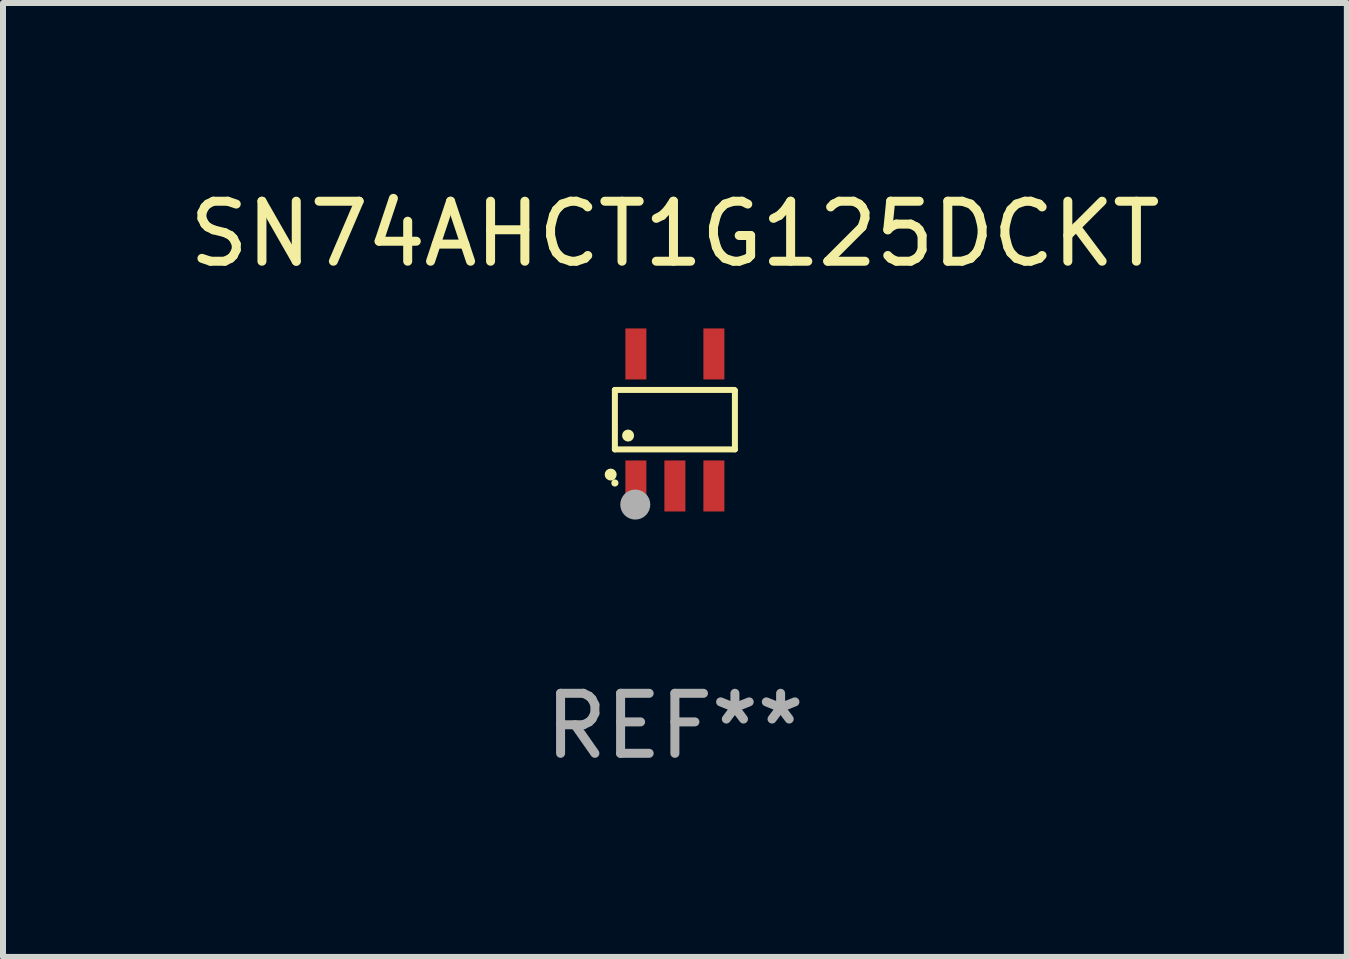
<source format=kicad_pcb>
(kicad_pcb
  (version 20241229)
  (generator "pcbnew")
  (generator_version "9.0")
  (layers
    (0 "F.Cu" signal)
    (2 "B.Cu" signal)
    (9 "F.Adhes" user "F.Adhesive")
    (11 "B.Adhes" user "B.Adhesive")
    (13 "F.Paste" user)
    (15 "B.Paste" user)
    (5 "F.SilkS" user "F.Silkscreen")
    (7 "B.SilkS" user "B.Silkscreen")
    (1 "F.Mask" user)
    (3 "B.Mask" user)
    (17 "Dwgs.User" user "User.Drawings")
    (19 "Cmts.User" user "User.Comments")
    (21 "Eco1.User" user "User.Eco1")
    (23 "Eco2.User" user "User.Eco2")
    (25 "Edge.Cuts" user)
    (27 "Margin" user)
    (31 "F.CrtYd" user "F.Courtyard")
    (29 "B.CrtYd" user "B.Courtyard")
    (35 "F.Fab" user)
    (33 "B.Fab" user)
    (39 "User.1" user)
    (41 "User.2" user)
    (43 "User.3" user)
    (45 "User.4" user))
  (footprint "SN74AHCT1G125DCKT"
    (layer "F.Cu")
    (at 8.196 3.948)
    (property "Reference" "SN74AHCT1G125DCKT" (at 0 -3.1 0) (layer "F.SilkS") (effects (font (size 1 1) (thickness 0.15))))
    (attr through_hole)
    (fp_line (start -1 -0.5) (end -1 0.49) (stroke (width 0.1) (type solid)) (layer "F.SilkS"))
    (fp_line (start -1 0.49) (end 1 0.49) (stroke (width 0.1) (type solid)) (layer "F.SilkS"))
    (fp_line (start 0.99 -0.5) (end -1 -0.5) (stroke (width 0.1) (type solid)) (layer "F.SilkS"))
    (fp_line (start 1 -0.49) (end 0.99 -0.5) (stroke (width 0.1) (type solid)) (layer "F.SilkS"))
    (fp_line (start 1 0.49) (end 1 -0.49) (stroke (width 0.1) (type solid)) (layer "F.SilkS"))
    (fp_circle (center -1.07 0.91) (end -1.02 0.91) (stroke (width 0.1) (type solid)) (fill no) (layer "F.SilkS"))
    (fp_circle (center -1 1.05) (end -0.97 1.05) (stroke (width 0.06) (type solid)) (fill no) (layer "F.SilkS"))
    (fp_circle (center -0.78 0.26) (end -0.73 0.26) (stroke (width 0.1) (type solid)) (fill no) (layer "F.SilkS"))
    (fp_circle (center -0.66 1.41) (end -0.535 1.41) (stroke (width 0.25) (type solid)) (fill no) (layer "F.Fab"))
    (fp_text user "REF**" (at 0 5.1 0) (layer "F.Fab") (effects (font (size 1 1) (thickness 0.15))))
    (pad "1" smd rect (at -0.65 1.1) (size 0.35 0.85) (layers "F.Cu" "F.Mask" "F.Paste"))
    (pad "2" smd rect (at 0.000051 1.1) (size 0.35 0.85) (layers "F.Cu" "F.Mask" "F.Paste"))
    (pad "3" smd rect (at 0.65 1.1) (size 0.35 0.85) (layers "F.Cu" "F.Mask" "F.Paste"))
    (pad "4" smd rect (at 0.65 -1.1) (size 0.35 0.85) (layers "F.Cu" "F.Mask" "F.Paste"))
    (pad "5" smd rect (at -0.65 -1.1) (size 0.35 0.85) (layers "F.Cu" "F.Mask" "F.Paste")))
  (gr_rect
    (start -3 -3)
    (end 19.393 12.896)
    (stroke (width 0.1) (type default))
    (fill no)
    (layer "Edge.Cuts")))
</source>
